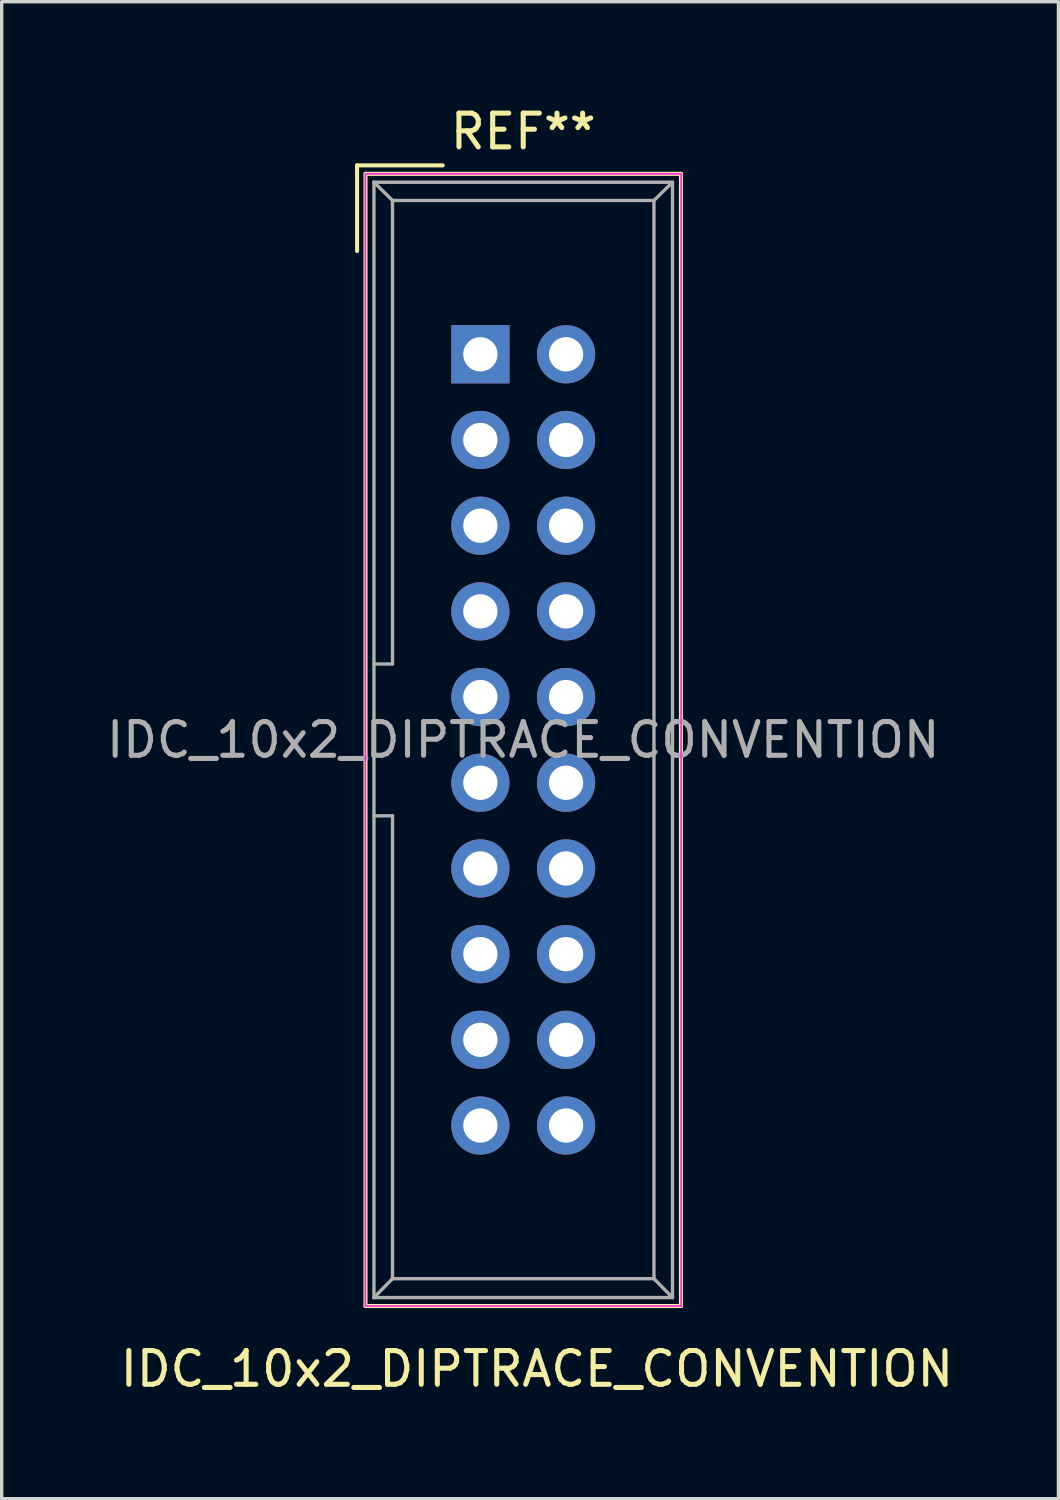
<source format=kicad_pcb>
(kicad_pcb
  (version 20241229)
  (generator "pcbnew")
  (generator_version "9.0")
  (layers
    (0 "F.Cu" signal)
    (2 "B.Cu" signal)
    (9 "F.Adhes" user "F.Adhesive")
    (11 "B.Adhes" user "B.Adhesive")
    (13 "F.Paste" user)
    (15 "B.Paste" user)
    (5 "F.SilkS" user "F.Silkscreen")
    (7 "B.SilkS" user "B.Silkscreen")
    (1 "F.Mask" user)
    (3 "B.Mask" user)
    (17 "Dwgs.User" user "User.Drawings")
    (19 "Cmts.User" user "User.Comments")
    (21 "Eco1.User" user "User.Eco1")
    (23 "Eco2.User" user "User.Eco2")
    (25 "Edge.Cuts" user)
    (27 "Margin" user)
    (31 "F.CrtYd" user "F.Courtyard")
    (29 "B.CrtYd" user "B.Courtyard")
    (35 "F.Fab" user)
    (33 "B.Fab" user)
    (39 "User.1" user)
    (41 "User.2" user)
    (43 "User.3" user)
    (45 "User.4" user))
  (footprint "IDC_10x2_DIPTRACE_CONVENTION"
    (layer "F.Cu")
    (at 7.785 1.966)
    (property "Reference" "IDC_10x2_DIPTRACE_CONVENTION" (at 5.08 35.56 0) (layer "F.SilkS") (effects (font (size 1 1) (thickness 0.15))))
    (attr through_hole)
    (fp_line (start -0.251 -0.114) (end -0.251 2.426) (stroke (width 0.12) (type solid)) (layer "F.SilkS"))
    (fp_line (start -0.251 -0.114) (end 2.289 -0.114) (stroke (width 0.12) (type solid)) (layer "F.SilkS"))
    (fp_line (start -0.001 0.136) (end 9.349 0.136) (stroke (width 0.12) (type solid)) (layer "F.SilkS"))
    (fp_line (start -0.001 33.696) (end -0.001 0.136) (stroke (width 0.12) (type solid)) (layer "F.SilkS"))
    (fp_line (start 9.349 0.136) (end 9.349 33.696) (stroke (width 0.12) (type solid)) (layer "F.SilkS"))
    (fp_line (start 9.349 33.696) (end -0.001 33.696) (stroke (width 0.12) (type solid)) (layer "F.SilkS"))
    (fp_line (start -0.006 0.136) (end 9.354 0.136) (stroke (width 0.05) (type solid)) (layer "F.CrtYd"))
    (fp_line (start -0.006 33.696) (end -0.006 0.136) (stroke (width 0.05) (type solid)) (layer "F.CrtYd"))
    (fp_line (start 9.354 0.136) (end 9.354 33.696) (stroke (width 0.05) (type solid)) (layer "F.CrtYd"))
    (fp_line (start 9.354 33.696) (end -0.006 33.696) (stroke (width 0.05) (type solid)) (layer "F.CrtYd"))
    (fp_line (start 0.249 0.386) (end 0.249 33.446) (stroke (width 0.1) (type solid)) (layer "F.Fab"))
    (fp_line (start 0.249 0.386) (end 0.799 0.926) (stroke (width 0.1) (type solid)) (layer "F.Fab"))
    (fp_line (start 0.249 33.446) (end 0.799 32.886) (stroke (width 0.1) (type solid)) (layer "F.Fab"))
    (fp_line (start 0.799 0.926) (end 0.799 14.666) (stroke (width 0.1) (type solid)) (layer "F.Fab"))
    (fp_line (start 0.799 14.666) (end 0.249 14.666) (stroke (width 0.1) (type solid)) (layer "F.Fab"))
    (fp_line (start 0.799 19.166) (end 0.249 19.166) (stroke (width 0.1) (type solid)) (layer "F.Fab"))
    (fp_line (start 0.799 19.166) (end 0.799 32.886) (stroke (width 0.1) (type solid)) (layer "F.Fab"))
    (fp_line (start 8.549 0.926) (end 0.799 0.926) (stroke (width 0.1) (type solid)) (layer "F.Fab"))
    (fp_line (start 8.549 0.926) (end 8.549 32.886) (stroke (width 0.1) (type solid)) (layer "F.Fab"))
    (fp_line (start 8.549 32.886) (end 0.799 32.886) (stroke (width 0.1) (type solid)) (layer "F.Fab"))
    (fp_line (start 9.099 0.386) (end 0.249 0.386) (stroke (width 0.1) (type solid)) (layer "F.Fab"))
    (fp_line (start 9.099 0.386) (end 8.549 0.926) (stroke (width 0.1) (type solid)) (layer "F.Fab"))
    (fp_line (start 9.099 0.386) (end 9.099 33.446) (stroke (width 0.1) (type solid)) (layer "F.Fab"))
    (fp_line (start 9.099 33.446) (end 0.249 33.446) (stroke (width 0.1) (type solid)) (layer "F.Fab"))
    (fp_line (start 9.099 33.446) (end 8.549 32.886) (stroke (width 0.1) (type solid)) (layer "F.Fab"))
    (fp_text user "REF**" (at 4.674 -1.118 0) (layer "F.SilkS") (effects (font (size 1 1) (thickness 0.15))))
    (fp_text user "${REFERENCE}" (at 4.674 16.916 0) (layer "F.Fab") (effects (font (size 1 1) (thickness 0.15))))
    (pad "1" thru_hole oval (at 5.944 5.486) (size 1.727 1.727) (drill 1.016) (layers "*.Cu" "*.Mask"))
    (pad "2" thru_hole rect (at 3.404 5.486) (size 1.727 1.727) (drill 1.016) (layers "*.Cu" "*.Mask"))
    (pad "3" thru_hole oval (at 5.944 8.026) (size 1.727 1.727) (drill 1.016) (layers "*.Cu" "*.Mask"))
    (pad "4" thru_hole oval (at 3.404 8.026) (size 1.727 1.727) (drill 1.016) (layers "*.Cu" "*.Mask"))
    (pad "5" thru_hole oval (at 5.944 10.566) (size 1.727 1.727) (drill 1.016) (layers "*.Cu" "*.Mask"))
    (pad "6" thru_hole oval (at 3.404 10.566) (size 1.727 1.727) (drill 1.016) (layers "*.Cu" "*.Mask"))
    (pad "7" thru_hole oval (at 5.944 13.106) (size 1.727 1.727) (drill 1.016) (layers "*.Cu" "*.Mask"))
    (pad "8" thru_hole oval (at 3.404 13.106) (size 1.727 1.727) (drill 1.016) (layers "*.Cu" "*.Mask"))
    (pad "9" thru_hole oval (at 5.944 15.646) (size 1.727 1.727) (drill 1.016) (layers "*.Cu" "*.Mask"))
    (pad "10" thru_hole oval (at 3.404 15.646) (size 1.727 1.727) (drill 1.016) (layers "*.Cu" "*.Mask"))
    (pad "11" thru_hole oval (at 5.944 18.186) (size 1.727 1.727) (drill 1.016) (layers "*.Cu" "*.Mask"))
    (pad "12" thru_hole oval (at 3.404 18.186) (size 1.727 1.727) (drill 1.016) (layers "*.Cu" "*.Mask"))
    (pad "13" thru_hole oval (at 5.944 20.726) (size 1.727 1.727) (drill 1.016) (layers "*.Cu" "*.Mask"))
    (pad "14" thru_hole oval (at 3.404 20.726) (size 1.727 1.727) (drill 1.016) (layers "*.Cu" "*.Mask"))
    (pad "15" thru_hole oval (at 5.944 23.266) (size 1.727 1.727) (drill 1.016) (layers "*.Cu" "*.Mask"))
    (pad "16" thru_hole oval (at 3.404 23.266) (size 1.727 1.727) (drill 1.016) (layers "*.Cu" "*.Mask"))
    (pad "17" thru_hole oval (at 5.944 25.806) (size 1.727 1.727) (drill 1.016) (layers "*.Cu" "*.Mask"))
    (pad "18" thru_hole oval (at 3.404 25.806) (size 1.727 1.727) (drill 1.016) (layers "*.Cu" "*.Mask"))
    (pad "19" thru_hole oval (at 5.944 28.346) (size 1.727 1.727) (drill 1.016) (layers "*.Cu" "*.Mask"))
    (pad "20" thru_hole oval (at 3.404 28.346) (size 1.727 1.727) (drill 1.016) (layers "*.Cu" "*.Mask")))
  (gr_rect
    (start -3 -3)
    (end 28.323 41.374)
    (stroke (width 0.1) (type default))
    (fill no)
    (layer "Edge.Cuts")))
</source>
